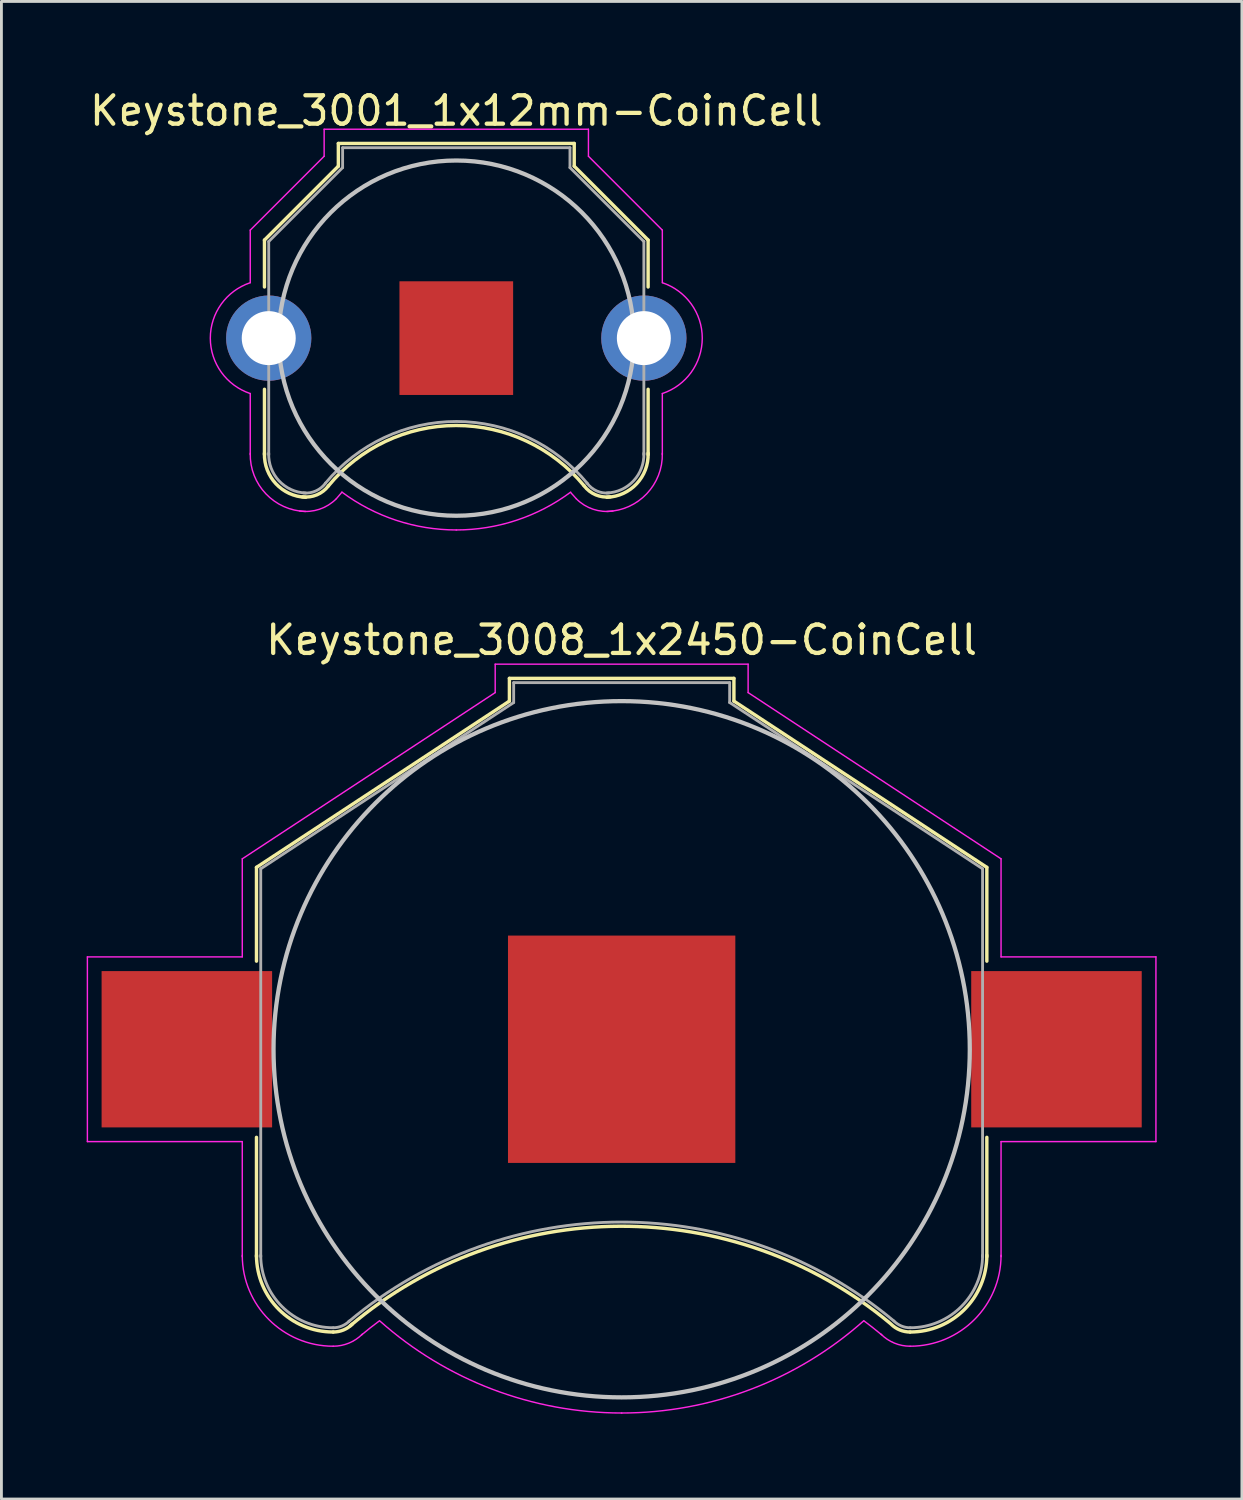
<source format=kicad_pcb>
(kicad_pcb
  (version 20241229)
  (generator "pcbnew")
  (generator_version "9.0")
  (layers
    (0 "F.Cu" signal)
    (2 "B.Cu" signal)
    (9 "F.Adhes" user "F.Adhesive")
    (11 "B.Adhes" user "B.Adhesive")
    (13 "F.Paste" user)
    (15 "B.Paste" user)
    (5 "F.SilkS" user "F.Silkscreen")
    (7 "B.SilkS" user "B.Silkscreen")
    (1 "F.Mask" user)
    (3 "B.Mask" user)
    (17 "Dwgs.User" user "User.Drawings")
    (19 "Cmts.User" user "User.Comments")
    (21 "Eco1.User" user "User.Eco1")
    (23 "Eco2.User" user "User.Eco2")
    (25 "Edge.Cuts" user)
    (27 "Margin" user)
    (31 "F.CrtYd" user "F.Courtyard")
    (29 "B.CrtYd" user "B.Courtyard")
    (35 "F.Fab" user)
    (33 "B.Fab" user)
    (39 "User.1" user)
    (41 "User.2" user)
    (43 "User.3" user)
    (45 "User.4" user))
  (footprint "Keystone_3008_1x2450-CoinCell"
    (layer "F.Cu")
    (at 18.825 33.871)
    (property "Reference" "Keystone_3008_1x2450-CoinCell" (at 0 -14.4 0) (layer "F.SilkS") (effects (font (size 1 1) (thickness 0.15))))
    (attr smd)
    (fp_line (start -12.85 -6.4) (end -12.85 -3.1) (stroke (width 0.12) (type solid)) (layer "F.SilkS"))
    (fp_line (start -12.85 3.1) (end -12.85 7.3) (stroke (width 0.12) (type solid)) (layer "F.SilkS"))
    (fp_line (start -3.95 -13.05) (end -3.95 -12.25) (stroke (width 0.12) (type solid)) (layer "F.SilkS"))
    (fp_line (start -3.95 -13.05) (end 3.95 -13.05) (stroke (width 0.12) (type solid)) (layer "F.SilkS"))
    (fp_line (start -3.95 -12.25) (end -12.85 -6.4) (stroke (width 0.12) (type solid)) (layer "F.SilkS"))
    (fp_line (start 3.95 -13.05) (end 3.95 -12.25) (stroke (width 0.12) (type solid)) (layer "F.SilkS"))
    (fp_line (start 3.95 -12.25) (end 12.85 -6.4) (stroke (width 0.12) (type solid)) (layer "F.SilkS"))
    (fp_line (start 12.85 -6.4) (end 12.85 -3.1) (stroke (width 0.12) (type solid)) (layer "F.SilkS"))
    (fp_line (start 12.85 3.1) (end 12.85 7.3) (stroke (width 0.12) (type solid)) (layer "F.SilkS"))
    (fp_arc (start -10.15 9.95) (mid -12.059188 9.159188) (end -12.85 7.25) (stroke (width 0.12) (type solid)) (layer "F.SilkS"))
    (fp_arc (start -9.55 9.73) (mid -0.071508 6.228057) (end 9.440443 9.638071) (stroke (width 0.12) (type solid)) (layer "F.SilkS"))
    (fp_arc (start -9.478249 9.671751) (mid -9.786451 9.877685) (end -10.15 9.95) (stroke (width 0.12) (type solid)) (layer "F.SilkS"))
    (fp_arc (start 10.15 9.95) (mid 9.786451 9.877686) (end 9.478249 9.671751) (stroke (width 0.12) (type solid)) (layer "F.SilkS"))
    (fp_arc (start 12.85 7.25) (mid 12.059188 9.159188) (end 10.15 9.95) (stroke (width 0.12) (type solid)) (layer "F.SilkS"))
    (fp_circle (center 0 0) (end 12.25 0) (stroke (width 0.15) (type solid)) (fill no) (layer "Dwgs.User"))
    (fp_line (start -18.8 -3.25) (end -18.8 3.25) (stroke (width 0.05) (type solid)) (layer "F.CrtYd"))
    (fp_line (start -18.8 3.25) (end -13.35 3.25) (stroke (width 0.05) (type solid)) (layer "F.CrtYd"))
    (fp_line (start -13.35 -6.7) (end -13.35 -3.25) (stroke (width 0.05) (type solid)) (layer "F.CrtYd"))
    (fp_line (start -13.35 -3.25) (end -18.8 -3.25) (stroke (width 0.05) (type solid)) (layer "F.CrtYd"))
    (fp_line (start -13.35 3.25) (end -13.35 7.3) (stroke (width 0.05) (type solid)) (layer "F.CrtYd"))
    (fp_line (start -4.45 -13.55) (end -4.45 -12.55) (stroke (width 0.05) (type solid)) (layer "F.CrtYd"))
    (fp_line (start -4.45 -13.55) (end 4.45 -13.55) (stroke (width 0.05) (type solid)) (layer "F.CrtYd"))
    (fp_line (start -4.45 -12.55) (end -13.35 -6.7) (stroke (width 0.05) (type solid)) (layer "F.CrtYd"))
    (fp_line (start 4.45 -13.55) (end 4.45 -12.55) (stroke (width 0.05) (type solid)) (layer "F.CrtYd"))
    (fp_line (start 4.45 -12.55) (end 13.35 -6.7) (stroke (width 0.05) (type solid)) (layer "F.CrtYd"))
    (fp_line (start 13.35 -6.7) (end 13.35 -3.25) (stroke (width 0.05) (type solid)) (layer "F.CrtYd"))
    (fp_line (start 13.35 -3.25) (end 18.8 -3.25) (stroke (width 0.05) (type solid)) (layer "F.CrtYd"))
    (fp_line (start 13.35 3.25) (end 13.35 7.3) (stroke (width 0.05) (type solid)) (layer "F.CrtYd"))
    (fp_line (start 18.8 -3.25) (end 18.8 3.25) (stroke (width 0.05) (type solid)) (layer "F.CrtYd"))
    (fp_line (start 18.8 3.25) (end 13.35 3.25) (stroke (width 0.05) (type solid)) (layer "F.CrtYd"))
    (fp_arc (start -10.15 10.45) (mid -12.412742 9.512742) (end -13.35 7.25) (stroke (width 0.05) (type solid)) (layer "F.CrtYd"))
    (fp_arc (start -9.15 10.05) (mid -8.840691 9.798786) (end -8.524488 9.556307) (stroke (width 0.05) (type solid)) (layer "F.CrtYd"))
    (fp_arc (start -9.124695 10.025305) (mid -9.595109 10.339626) (end -10.15 10.45) (stroke (width 0.05) (type solid)) (layer "F.CrtYd"))
    (fp_arc (start 0 12.8) (mid -4.55581 11.961797) (end -8.514949 9.556969) (stroke (width 0.05) (type solid)) (layer "F.CrtYd"))
    (fp_arc (start 8.514949 9.556969) (mid 4.55581 11.961798) (end 0 12.8) (stroke (width 0.05) (type solid)) (layer "F.CrtYd"))
    (fp_arc (start 8.524488 9.556307) (mid 8.840691 9.798786) (end 9.15 10.05) (stroke (width 0.05) (type solid)) (layer "F.CrtYd"))
    (fp_arc (start 10.15 10.45) (mid 9.595109 10.339625) (end 9.124695 10.025305) (stroke (width 0.05) (type solid)) (layer "F.CrtYd"))
    (fp_arc (start 13.35 7.25) (mid 12.412742 9.512742) (end 10.15 10.45) (stroke (width 0.05) (type solid)) (layer "F.CrtYd"))
    (fp_line (start -12.7 -6.35) (end -12.7 7.3) (stroke (width 0.1) (type solid)) (layer "F.Fab"))
    (fp_line (start -3.8 -12.9) (end -3.8 -12.2) (stroke (width 0.1) (type solid)) (layer "F.Fab"))
    (fp_line (start -3.8 -12.9) (end 3.8 -12.9) (stroke (width 0.1) (type solid)) (layer "F.Fab"))
    (fp_line (start -3.8 -12.2) (end -12.7 -6.35) (stroke (width 0.1) (type solid)) (layer "F.Fab"))
    (fp_line (start 3.8 -12.9) (end 3.8 -12.2) (stroke (width 0.1) (type solid)) (layer "F.Fab"))
    (fp_line (start 3.8 -12.2) (end 12.7 -6.35) (stroke (width 0.1) (type solid)) (layer "F.Fab"))
    (fp_line (start 12.7 -6.35) (end 12.7 7.3) (stroke (width 0.1) (type solid)) (layer "F.Fab"))
    (fp_arc (start -10.15 9.8) (mid -11.953122 9.053122) (end -12.7 7.25) (stroke (width 0.1) (type solid)) (layer "F.Fab"))
    (fp_arc (start -9.6 9.58) (mid -0.013392 6.081011) (end 9.579482 9.562783) (stroke (width 0.1) (type solid)) (layer "F.Fab"))
    (fp_arc (start -9.584315 9.565685) (mid -9.843853 9.739103) (end -10.15 9.8) (stroke (width 0.1) (type solid)) (layer "F.Fab"))
    (fp_arc (start 10.15 9.8) (mid 9.843853 9.739104) (end 9.584315 9.565685) (stroke (width 0.1) (type solid)) (layer "F.Fab"))
    (fp_arc (start 12.7 7.25) (mid 11.953122 9.053122) (end 10.15 9.8) (stroke (width 0.1) (type solid)) (layer "F.Fab"))
    (pad "1" smd rect (at -15.3 0) (size 6 5.5) (layers "F.Cu" "F.Mask" "F.Paste"))
    (pad "1" smd rect (at 15.3 0) (size 6 5.5) (layers "F.Cu" "F.Mask" "F.Paste"))
    (pad "2" smd rect (at 0 0) (size 8 8) (layers "F.Cu" "F.Mask")))
  (footprint "Keystone_3001_1x12mm-CoinCell"
    (layer "F.Cu")
    (at 13.006 8.848)
    (property "Reference" "Keystone_3001_1x12mm-CoinCell" (at 0 -8 0) (layer "F.SilkS") (effects (font (size 1 1) (thickness 0.15))))
    (attr through_hole)
    (fp_line (start -6.75 -3.45) (end -4.15 -6.05) (stroke (width 0.12) (type solid)) (layer "F.SilkS"))
    (fp_line (start -6.75 -1.8) (end -6.75 -3.45) (stroke (width 0.12) (type solid)) (layer "F.SilkS"))
    (fp_line (start -6.75 1.8) (end -6.75 4.1) (stroke (width 0.12) (type solid)) (layer "F.SilkS"))
    (fp_line (start -4.15 -6.85) (end 4.15 -6.85) (stroke (width 0.12) (type solid)) (layer "F.SilkS"))
    (fp_line (start -4.15 -6.05) (end -4.15 -6.85) (stroke (width 0.12) (type solid)) (layer "F.SilkS"))
    (fp_line (start 4.15 -6.85) (end 4.15 -6.05) (stroke (width 0.12) (type solid)) (layer "F.SilkS"))
    (fp_line (start 4.15 -6.05) (end 6.75 -3.45) (stroke (width 0.12) (type solid)) (layer "F.SilkS"))
    (fp_line (start 6.75 -3.45) (end 6.75 -1.8) (stroke (width 0.12) (type solid)) (layer "F.SilkS"))
    (fp_line (start 6.75 1.8) (end 6.75 4.1) (stroke (width 0.12) (type solid)) (layer "F.SilkS"))
    (fp_arc (start -5.3 5.6) (mid -6.346016 5.125305) (end -6.75 4.05) (stroke (width 0.12) (type solid)) (layer "F.SilkS"))
    (fp_arc (start -4.5 5.2) (mid -4.90584 5.514615) (end -5.414615 5.58416) (stroke (width 0.12) (type solid)) (layer "F.SilkS"))
    (fp_arc (start -4.5 5.2) (mid -0.007341 3.0742) (end 4.490661 5.188671) (stroke (width 0.12) (type solid)) (layer "F.SilkS"))
    (fp_arc (start 5.414615 5.58416) (mid 4.90584 5.514615) (end 4.5 5.2) (stroke (width 0.12) (type solid)) (layer "F.SilkS"))
    (fp_arc (start 6.75 4.05) (mid 6.346016 5.125305) (end 5.3 5.6) (stroke (width 0.12) (type solid)) (layer "F.SilkS"))
    (fp_circle (center 0 0) (end 0 6.25) (stroke (width 0.15) (type solid)) (fill no) (layer "Dwgs.User"))
    (fp_line (start -7.25 -3.8) (end -4.65 -6.4) (stroke (width 0.05) (type solid)) (layer "F.CrtYd"))
    (fp_line (start -7.25 -1.95) (end -7.25 -3.8) (stroke (width 0.05) (type solid)) (layer "F.CrtYd"))
    (fp_line (start -7.25 1.95) (end -7.25 4.1) (stroke (width 0.05) (type solid)) (layer "F.CrtYd"))
    (fp_line (start -4.65 -7.35) (end 4.65 -7.35) (stroke (width 0.05) (type solid)) (layer "F.CrtYd"))
    (fp_line (start -4.65 -6.4) (end -4.65 -7.35) (stroke (width 0.05) (type solid)) (layer "F.CrtYd"))
    (fp_line (start 4.65 -6.4) (end 4.65 -7.35) (stroke (width 0.05) (type solid)) (layer "F.CrtYd"))
    (fp_line (start 7.25 -3.8) (end 4.65 -6.4) (stroke (width 0.05) (type solid)) (layer "F.CrtYd"))
    (fp_line (start 7.25 -1.95) (end 7.25 -3.8) (stroke (width 0.05) (type solid)) (layer "F.CrtYd"))
    (fp_line (start 7.25 1.95) (end 7.25 4.1) (stroke (width 0.05) (type solid)) (layer "F.CrtYd"))
    (fp_arc (start -7.25 1.95) (mid -8.655479 0.002334) (end -7.254426 -1.948519) (stroke (width 0.05) (type solid)) (layer "F.CrtYd"))
    (fp_arc (start -5.3 6.1) (mid -6.699569 5.478858) (end -7.25 4.05) (stroke (width 0.05) (type solid)) (layer "F.CrtYd"))
    (fp_arc (start -4.22 5.65) (mid -4.814553 6.021742) (end -5.513125 6.082436) (stroke (width 0.05) (type solid)) (layer "F.CrtYd"))
    (fp_arc (start -4.22 5.65) (mid -4.123743 5.534157) (end -4.024388 5.42096) (stroke (width 0.05) (type solid)) (layer "F.CrtYd"))
    (fp_arc (start 0 6.75) (mid -2.119449 6.408622) (end -4.024518 5.419018) (stroke (width 0.05) (type solid)) (layer "F.CrtYd"))
    (fp_arc (start 4.024518 5.419018) (mid 2.119449 6.408622) (end 0 6.75) (stroke (width 0.05) (type solid)) (layer "F.CrtYd"))
    (fp_arc (start 4.02471 5.432858) (mid 4.123824 5.540108) (end 4.22 5.65) (stroke (width 0.05) (type solid)) (layer "F.CrtYd"))
    (fp_arc (start 5.513125 6.082436) (mid 4.814553 6.021742) (end 4.22 5.65) (stroke (width 0.05) (type solid)) (layer "F.CrtYd"))
    (fp_arc (start 7.25 4.05) (mid 6.699569 5.478858) (end 5.3 6.1) (stroke (width 0.05) (type solid)) (layer "F.CrtYd"))
    (fp_arc (start 7.254426 -1.948519) (mid 8.655479 0.002334) (end 7.25 1.95) (stroke (width 0.05) (type solid)) (layer "F.CrtYd"))
    (fp_line (start -6.6 -3.4) (end -6.6 4.1) (stroke (width 0.1) (type solid)) (layer "F.Fab"))
    (fp_line (start -4 -6.7) (end -4 -6) (stroke (width 0.1) (type solid)) (layer "F.Fab"))
    (fp_line (start -4 -6.7) (end 4 -6.7) (stroke (width 0.1) (type solid)) (layer "F.Fab"))
    (fp_line (start -4 -6) (end -6.6 -3.4) (stroke (width 0.1) (type solid)) (layer "F.Fab"))
    (fp_line (start 4 -6.7) (end 4 -6) (stroke (width 0.1) (type solid)) (layer "F.Fab"))
    (fp_line (start 4 -6) (end 6.6 -3.4) (stroke (width 0.1) (type solid)) (layer "F.Fab"))
    (fp_line (start 6.6 -3.4) (end 6.6 4.1) (stroke (width 0.1) (type solid)) (layer "F.Fab"))
    (fp_arc (start -5.3 5.45) (mid -6.239949 5.019239) (end -6.6 4.05) (stroke (width 0.1) (type solid)) (layer "F.Fab"))
    (fp_arc (start -4.6 5.1) (mid -4.942443 5.378013) (end -5.378013 5.447558) (stroke (width 0.1) (type solid)) (layer "F.Fab"))
    (fp_arc (start -4.6 5.1) (mid 0.006214 2.93343) (end 4.607905 5.109589) (stroke (width 0.1) (type solid)) (layer "F.Fab"))
    (fp_arc (start 5.378013 5.447558) (mid 4.942442 5.378013) (end 4.6 5.1) (stroke (width 0.1) (type solid)) (layer "F.Fab"))
    (fp_arc (start 6.6 4.05) (mid 6.239949 5.019239) (end 5.3 5.45) (stroke (width 0.1) (type solid)) (layer "F.Fab"))
    (pad "1" thru_hole circle (at -6.6 0) (size 3 3) (drill 1.9) (layers "*.Cu" "*.Mask"))
    (pad "1" thru_hole circle (at 6.6 0) (size 3 3) (drill 1.9) (layers "*.Cu" "*.Mask"))
    (pad "2" smd rect (at 0 0) (size 4 4) (layers "F.Cu" "F.Mask")))
  (gr_rect
    (start -3 -3)
    (end 40.65 49.697)
    (stroke (width 0.1) (type default))
    (fill no)
    (layer "Edge.Cuts")))
</source>
